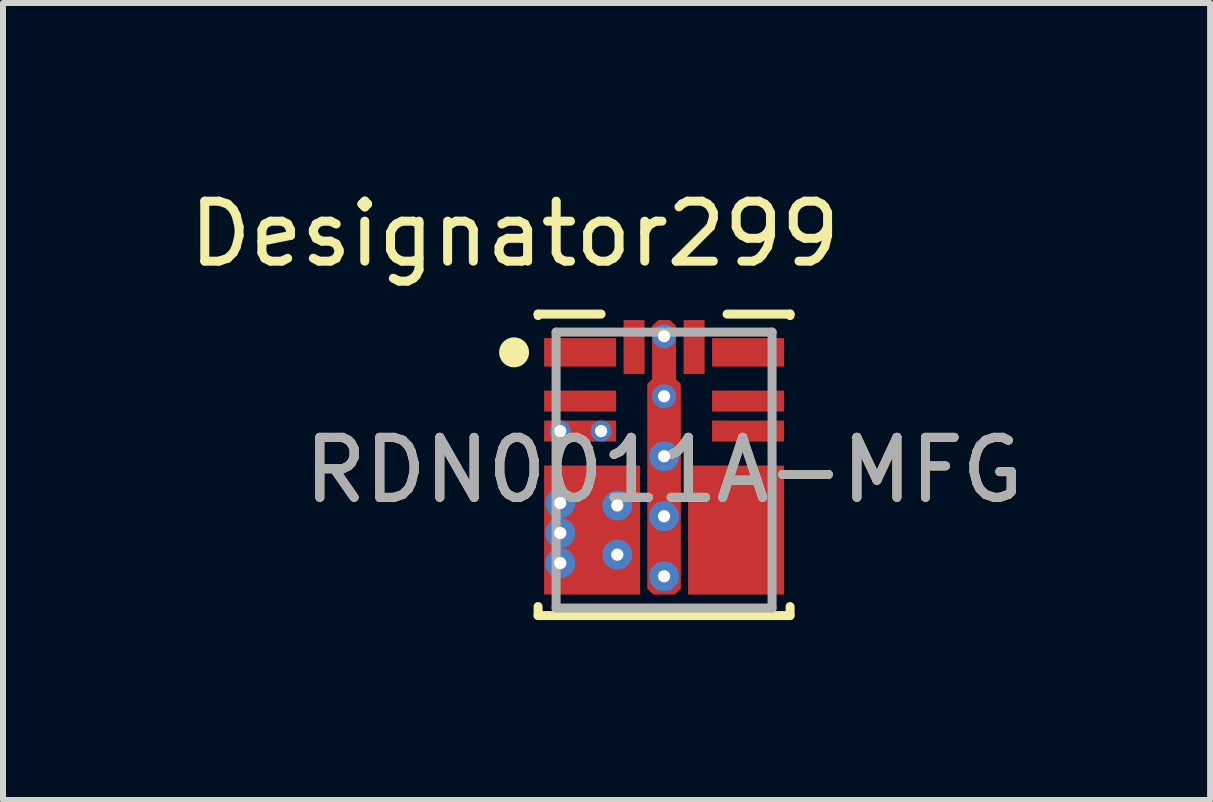
<source format=kicad_pcb>
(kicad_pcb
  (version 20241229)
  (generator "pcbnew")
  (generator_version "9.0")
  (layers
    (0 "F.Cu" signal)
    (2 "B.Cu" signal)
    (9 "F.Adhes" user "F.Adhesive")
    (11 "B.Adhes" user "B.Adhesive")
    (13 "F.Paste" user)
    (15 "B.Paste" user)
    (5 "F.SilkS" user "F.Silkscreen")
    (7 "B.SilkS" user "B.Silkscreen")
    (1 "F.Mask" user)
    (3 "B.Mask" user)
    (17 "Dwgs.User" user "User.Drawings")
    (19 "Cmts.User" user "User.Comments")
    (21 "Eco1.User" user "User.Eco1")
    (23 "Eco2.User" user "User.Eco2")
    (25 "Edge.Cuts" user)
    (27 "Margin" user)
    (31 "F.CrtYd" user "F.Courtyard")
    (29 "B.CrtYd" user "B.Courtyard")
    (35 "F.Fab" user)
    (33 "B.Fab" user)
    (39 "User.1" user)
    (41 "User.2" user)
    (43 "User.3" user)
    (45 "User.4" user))
  (footprint "RDN0011A-MFG"
    (layer "F.Cu")
    (at 8.019 4.785)
    (property "Reference" "RDN0011A-MFG" (at 0 0 0) (unlocked yes) (layer "F.SilkS") (effects (font (size 1 1) (thickness 0.15))))
    (attr through_hole)
    (fp_poly (pts (xy -0.2 -2.4) (xy -0.1 -2.5) (xy 0.1 -2.5) (xy 0.2 -2.4) (xy 0.2 -1.515) (xy 0.24 -1.475) (xy 0.24 -1.475) (xy 0.28 -1.435) (xy 0.28 1.975) (xy 0.18 2.075) (xy -0.18 2.075) (xy -0.28 1.975) (xy -0.28 -1.435) (xy -0.24 -1.475) (xy -0.24 -1.475) (xy -0.2 -1.515)) (stroke (width 0) (type solid)) (fill yes) (layer "F.Cu"))
    (fp_poly (pts (xy -1.95 -2.099) (xy -1.9 -2.15) (xy -0.9 -2.15) (xy -0.85 -2.099) (xy -0.85 -1.825) (xy -0.9 -1.774) (xy -1.9 -1.774) (xy -1.95 -1.825)) (stroke (width 0) (type solid)) (fill yes) (layer "F.Mask"))
    (fp_poly (pts (xy -1.9 -1.025) (xy -1.95 -1.075) (xy -1.95 -1.225) (xy -1.9 -1.275) (xy -0.9 -1.275) (xy -0.85 -1.225) (xy -0.85 -1.075) (xy -0.9 -1.025)) (stroke (width 0) (type solid)) (fill yes) (layer "F.Mask"))
    (fp_poly (pts (xy -0.9 -0.775) (xy -0.85 -0.725) (xy -0.85 -0.575) (xy -0.9 -0.525) (xy -1.9 -0.525) (xy -1.95 -0.575) (xy -1.95 -0.725) (xy -1.9 -0.775)) (stroke (width 0) (type solid)) (fill yes) (layer "F.Mask"))
    (fp_poly (pts (xy -0.425 -1.65) (xy -0.575 -1.65) (xy -0.625 -1.7) (xy -0.625 -2.4) (xy -0.575 -2.45) (xy -0.425 -2.45) (xy -0.375 -2.4) (xy -0.375 -1.7)) (stroke (width 0) (type solid)) (fill yes) (layer "F.Mask"))
    (fp_poly (pts (xy -0.15 -2.4) (xy -0.1 -2.45) (xy 0.1 -2.45) (xy 0.15 -2.4) (xy 0.15 -0.974) (xy 0.1 -0.924) (xy -0.1 -0.924) (xy -0.15 -0.974)) (stroke (width 0) (type solid)) (fill yes) (layer "F.Mask"))
    (fp_poly (pts (xy 0.575 -1.65) (xy 0.425 -1.65) (xy 0.375 -1.7) (xy 0.375 -2.4) (xy 0.425 -2.45) (xy 0.575 -2.45) (xy 0.625 -2.4) (xy 0.625 -1.7)) (stroke (width 0) (type solid)) (fill yes) (layer "F.Mask"))
    (fp_poly (pts (xy 0.85 -1.075) (xy 0.85 -1.225) (xy 0.9 -1.275) (xy 1.9 -1.275) (xy 1.95 -1.225) (xy 1.95 -1.075) (xy 1.9 -1.025) (xy 0.9 -1.025)) (stroke (width 0) (type solid)) (fill yes) (layer "F.Mask"))
    (fp_poly (pts (xy 0.85 -0.725) (xy 0.9 -0.775) (xy 1.9 -0.775) (xy 1.95 -0.725) (xy 1.95 -0.575) (xy 1.9 -0.525) (xy 0.9 -0.525) (xy 0.85 -0.575)) (stroke (width 0) (type solid)) (fill yes) (layer "F.Mask"))
    (fp_poly (pts (xy 1.95 -2.099) (xy 1.95 -1.825) (xy 1.9 -1.774) (xy 0.9 -1.774) (xy 0.85 -1.825) (xy 0.85 -2.099) (xy 0.9 -2.15) (xy 1.9 -2.15)) (stroke (width 0) (type solid)) (fill yes) (layer "F.Mask"))
    (fp_poly (pts (xy -0.5 2.025) (xy -0.45 1.975) (xy -0.45 0.025) (xy -0.5 -0.025) (xy -1.525 -0.025) (xy -1.575 0.025) (xy -1.575 0.125) (xy -1.625 0.175) (xy -1.9 0.175) (xy -1.95 0.225) (xy -1.95 0.375) (xy -1.9 0.425) (xy -1.625 0.425) (xy -1.575 0.475) (xy -1.575 0.625) (xy -1.625 0.675) (xy -1.9 0.675) (xy -1.95 0.725) (xy -1.95 0.875) (xy -1.9 0.925) (xy -1.625 0.925) (xy -1.575 0.975) (xy -1.575 1.125) (xy -1.625 1.175) (xy -1.9 1.175) (xy -1.95 1.225) (xy -1.95 1.375) (xy -1.9 1.425) (xy -1.625 1.425) (xy -1.575 1.475) (xy -1.575 1.625) (xy -1.625 1.675) (xy -1.9 1.675) (xy -1.95 1.725) (xy -1.95 1.875) (xy -1.9 1.925) (xy -1.625 1.925) (xy -1.575 1.975) (xy -1.575 1.975) (xy -1.525 2.025)) (stroke (width 0) (type solid)) (fill yes) (layer "F.Mask"))
    (fp_poly (pts (xy 0.5 2.025) (xy 0.45 1.975) (xy 0.45 0.025) (xy 0.5 -0.025) (xy 1.525 -0.025) (xy 1.575 0.025) (xy 1.575 0.125) (xy 1.625 0.175) (xy 1.9 0.175) (xy 1.95 0.225) (xy 1.95 0.375) (xy 1.9 0.425) (xy 1.625 0.425) (xy 1.575 0.475) (xy 1.575 0.625) (xy 1.625 0.675) (xy 1.9 0.675) (xy 1.95 0.725) (xy 1.95 0.875) (xy 1.9 0.925) (xy 1.625 0.925) (xy 1.575 0.975) (xy 1.575 1.125) (xy 1.625 1.175) (xy 1.9 1.175) (xy 1.95 1.225) (xy 1.95 1.375) (xy 1.9 1.425) (xy 1.625 1.425) (xy 1.575 1.475) (xy 1.575 1.625) (xy 1.625 1.675) (xy 1.9 1.675) (xy 1.95 1.725) (xy 1.95 1.875) (xy 1.9 1.925) (xy 1.625 1.925) (xy 1.575 1.975) (xy 1.575 1.975) (xy 1.525 2.025)) (stroke (width 0) (type solid)) (fill yes) (layer "F.Mask"))
    (fp_line (start -2.1 -2.6) (end -1.05 -2.6) (stroke (width 0.15) (type solid)) (layer "F.SilkS"))
    (fp_line (start -2.1 -2.575) (end -2.1 -2.6) (stroke (width 0.15) (type solid)) (layer "F.SilkS"))
    (fp_line (start -2.1 2.425) (end -2.1 2.275) (stroke (width 0.15) (type solid)) (layer "F.SilkS"))
    (fp_line (start -2.1 2.425) (end 2.1 2.425) (stroke (width 0.15) (type solid)) (layer "F.SilkS"))
    (fp_line (start 1.05 -2.6) (end 2.1 -2.6) (stroke (width 0.15) (type solid)) (layer "F.SilkS"))
    (fp_line (start 2.1 -2.575) (end 2.1 -2.6) (stroke (width 0.15) (type solid)) (layer "F.SilkS"))
    (fp_line (start 2.1 2.425) (end 2.1 2.275) (stroke (width 0.15) (type solid)) (layer "F.SilkS"))
    (fp_circle (center -2.5 -1.962) (end -2.375 -1.962) (stroke (width 0.25) (type solid)) (fill no) (layer "F.SilkS"))
    (fp_poly (pts (xy -1.95 -2.099) (xy -1.9 -2.15) (xy -0.9 -2.15) (xy -0.85 -2.099) (xy -0.85 -1.825) (xy -0.9 -1.774) (xy -1.9 -1.774) (xy -1.95 -1.825)) (stroke (width 0) (type solid)) (fill yes) (layer "F.Paste"))
    (fp_poly (pts (xy -1.9 -1.025) (xy -1.95 -1.075) (xy -1.95 -1.225) (xy -1.9 -1.275) (xy -0.9 -1.275) (xy -0.85 -1.225) (xy -0.85 -1.075) (xy -0.9 -1.025)) (stroke (width 0) (type solid)) (fill yes) (layer "F.Paste"))
    (fp_poly (pts (xy -1.575 0.225) (xy -1.575 0.375) (xy -1.625 0.425) (xy -1.9 0.425) (xy -1.95 0.375) (xy -1.95 0.225) (xy -1.9 0.175) (xy -1.625 0.175)) (stroke (width 0) (type solid)) (fill yes) (layer "F.Paste"))
    (fp_poly (pts (xy -1.575 0.725) (xy -1.575 0.875) (xy -1.625 0.925) (xy -1.9 0.925) (xy -1.95 0.875) (xy -1.95 0.725) (xy -1.9 0.675) (xy -1.625 0.675)) (stroke (width 0) (type solid)) (fill yes) (layer "F.Paste"))
    (fp_poly (pts (xy -1.575 1.225) (xy -1.575 1.375) (xy -1.625 1.425) (xy -1.9 1.425) (xy -1.95 1.375) (xy -1.95 1.225) (xy -1.9 1.175) (xy -1.625 1.175)) (stroke (width 0) (type solid)) (fill yes) (layer "F.Paste"))
    (fp_poly (pts (xy -1.575 1.725) (xy -1.575 1.875) (xy -1.625 1.925) (xy -1.9 1.925) (xy -1.95 1.875) (xy -1.95 1.725) (xy -1.9 1.675) (xy -1.625 1.675)) (stroke (width 0) (type solid)) (fill yes) (layer "F.Paste"))
    (fp_poly (pts (xy -1.38 0.443) (xy -1.38 0.028) (xy -1.33 -0.022) (xy -0.5 -0.022) (xy -0.45 0.028) (xy -0.45 0.443) (xy -0.5 0.493) (xy -1.33 0.493)) (stroke (width 0) (type solid)) (fill yes) (layer "F.Paste"))
    (fp_poly (pts (xy -1.33 1.31) (xy -1.38 1.26) (xy -1.38 0.74) (xy -1.33 0.69) (xy -0.5 0.69) (xy -0.45 0.74) (xy -0.45 1.26) (xy -0.5 1.31)) (stroke (width 0) (type solid)) (fill yes) (layer "F.Paste"))
    (fp_poly (pts (xy -1.33 1.512) (xy -0.5 1.512) (xy -0.45 1.562) (xy -0.45 1.977) (xy -0.5 2.027) (xy -1.33 2.027) (xy -1.38 1.977) (xy -1.38 1.562)) (stroke (width 0) (type solid)) (fill yes) (layer "F.Paste"))
    (fp_poly (pts (xy -0.9 -0.775) (xy -0.85 -0.725) (xy -0.85 -0.575) (xy -0.9 -0.525) (xy -1.9 -0.525) (xy -1.95 -0.575) (xy -1.95 -0.725) (xy -1.9 -0.775)) (stroke (width 0) (type solid)) (fill yes) (layer "F.Paste"))
    (fp_poly (pts (xy -0.425 -1.65) (xy -0.575 -1.65) (xy -0.625 -1.7) (xy -0.625 -2.4) (xy -0.575 -2.45) (xy -0.425 -2.45) (xy -0.375 -2.4) (xy -0.375 -1.7)) (stroke (width 0) (type solid)) (fill yes) (layer "F.Paste"))
    (fp_poly (pts (xy -0.15 -2.4) (xy -0.1 -2.45) (xy 0.1 -2.45) (xy 0.15 -2.4) (xy 0.15 -0.974) (xy 0.1 -0.924) (xy -0.1 -0.924) (xy -0.15 -0.974)) (stroke (width 0) (type solid)) (fill yes) (layer "F.Paste"))
    (fp_poly (pts (xy 0.45 1.26) (xy 0.45 0.74) (xy 0.5 0.69) (xy 1.33 0.69) (xy 1.38 0.74) (xy 1.38 1.26) (xy 1.33 1.31) (xy 0.5 1.31)) (stroke (width 0) (type solid)) (fill yes) (layer "F.Paste"))
    (fp_poly (pts (xy 0.575 -1.65) (xy 0.425 -1.65) (xy 0.375 -1.7) (xy 0.375 -2.4) (xy 0.425 -2.45) (xy 0.575 -2.45) (xy 0.625 -2.4) (xy 0.625 -1.7)) (stroke (width 0) (type solid)) (fill yes) (layer "F.Paste"))
    (fp_poly (pts (xy 0.85 -1.075) (xy 0.85 -1.225) (xy 0.9 -1.275) (xy 1.9 -1.275) (xy 1.95 -1.225) (xy 1.95 -1.075) (xy 1.9 -1.025) (xy 0.9 -1.025)) (stroke (width 0) (type solid)) (fill yes) (layer "F.Paste"))
    (fp_poly (pts (xy 0.85 -0.725) (xy 0.9 -0.775) (xy 1.9 -0.775) (xy 1.95 -0.725) (xy 1.95 -0.575) (xy 1.9 -0.525) (xy 0.9 -0.525) (xy 0.85 -0.575)) (stroke (width 0) (type solid)) (fill yes) (layer "F.Paste"))
    (fp_poly (pts (xy 1.33 0.493) (xy 0.5 0.493) (xy 0.45 0.443) (xy 0.45 0.028) (xy 0.5 -0.022) (xy 1.33 -0.022) (xy 1.38 0.028) (xy 1.38 0.443)) (stroke (width 0) (type solid)) (fill yes) (layer "F.Paste"))
    (fp_poly (pts (xy 1.38 1.562) (xy 1.38 1.977) (xy 1.33 2.027) (xy 0.5 2.027) (xy 0.45 1.977) (xy 0.45 1.562) (xy 0.5 1.512) (xy 1.33 1.512)) (stroke (width 0) (type solid)) (fill yes) (layer "F.Paste"))
    (fp_poly (pts (xy 1.95 0.225) (xy 1.95 0.375) (xy 1.9 0.425) (xy 1.625 0.425) (xy 1.575 0.375) (xy 1.575 0.225) (xy 1.625 0.175) (xy 1.9 0.175)) (stroke (width 0) (type solid)) (fill yes) (layer "F.Paste"))
    (fp_poly (pts (xy 1.95 0.725) (xy 1.95 0.875) (xy 1.9 0.925) (xy 1.625 0.925) (xy 1.575 0.875) (xy 1.575 0.725) (xy 1.625 0.675) (xy 1.9 0.675)) (stroke (width 0) (type solid)) (fill yes) (layer "F.Paste"))
    (fp_poly (pts (xy 1.95 1.225) (xy 1.95 1.375) (xy 1.9 1.425) (xy 1.625 1.425) (xy 1.575 1.375) (xy 1.575 1.225) (xy 1.625 1.175) (xy 1.9 1.175)) (stroke (width 0) (type solid)) (fill yes) (layer "F.Paste"))
    (fp_poly (pts (xy 1.95 1.725) (xy 1.95 1.875) (xy 1.9 1.925) (xy 1.625 1.925) (xy 1.575 1.875) (xy 1.575 1.725) (xy 1.625 1.675) (xy 1.9 1.675)) (stroke (width 0) (type solid)) (fill yes) (layer "F.Paste"))
    (fp_poly (pts (xy 1.95 -2.099) (xy 1.95 -1.825) (xy 1.9 -1.774) (xy 0.9 -1.774) (xy 0.85 -1.825) (xy 0.85 -2.099) (xy 0.9 -2.15) (xy 1.9 -2.15)) (stroke (width 0) (type solid)) (fill yes) (layer "F.Paste"))
    (fp_line (start -1.8 -2.3) (end 1.8 -2.3) (stroke (width 0.15) (type solid)) (layer "F.Fab"))
    (fp_line (start -1.8 2.3) (end -1.8 -2.3) (stroke (width 0.15) (type solid)) (layer "F.Fab"))
    (fp_line (start -1.8 2.3) (end 1.8 2.3) (stroke (width 0.15) (type solid)) (layer "F.Fab"))
    (fp_line (start 1.8 2.3) (end 1.8 -2.3) (stroke (width 0.15) (type solid)) (layer "F.Fab"))
    (fp_text user "Designator299" (at -2.489 -3.937 0) (unlocked yes) (layer "F.SilkS") (effects (font (size 1 1) (thickness 0.15))))
    (fp_text user "${REFERENCE}" (at 0 0 0) (unlocked yes) (layer "F.Fab") (effects (font (size 1 1) (thickness 0.15))))
    (pad "1" smd rect (at -1.4 -1.962) (size 1.2 0.475) (layers "F.Cu"))
    (pad "2" smd rect (at -1.4 -1.15) (size 1.2 0.35) (layers "F.Cu"))
    (pad "3" smd rect (at -1.4 -0.65) (size 1.2 0.35) (layers "F.Cu"))
    (pad "4" smd rect (at -1.2 1) (size 1.6 2.15) (layers "F.Cu"))
    (pad "5" smd rect (at 1.2 1) (size 1.6 2.15) (layers "F.Cu"))
    (pad "6" smd rect (at 1.4 -0.65) (size 1.2 0.35) (layers "F.Cu"))
    (pad "7" smd rect (at 1.4 -1.15) (size 1.2 0.35) (layers "F.Cu"))
    (pad "8" smd rect (at 1.4 -1.962) (size 1.2 0.475) (layers "F.Cu"))
    (pad "9" smd rect (at 0.5 -2.05) (size 0.35 0.9) (layers "F.Cu"))
    (pad "10" smd circle (at 0 -1.005) (size 0.504 0.504) (layers "F.Cu"))
    (pad "11" smd rect (at -0.5 -2.05) (size 0.35 0.9) (layers "F.Cu"))
    (pad "12" thru_hole circle (at -1.05 -0.65) (size 0.35 0.35) (drill 0.203) (layers "*.Cu" "*.Mask"))
    (pad "13" thru_hole circle (at -1.73 -0.65) (size 0.35 0.35) (drill 0.203) (layers "*.Cu" "*.Mask"))
    (pad "14" thru_hole circle (at -0.78 1.41) (size 0.5 0.5) (drill 0.203) (layers "*.Cu" "*.Mask"))
    (pad "15" thru_hole circle (at -0.78 0.59) (size 0.5 0.5) (drill 0.203) (layers "*.Cu" "*.Mask"))
    (pad "16" thru_hole circle (at -1.73 1.55) (size 0.5 0.5) (drill 0.203) (layers "*.Cu" "*.Mask"))
    (pad "17" thru_hole circle (at -1.73 1.05) (size 0.5 0.5) (drill 0.203) (layers "*.Cu" "*.Mask"))
    (pad "18" thru_hole circle (at -1.73 0.55) (size 0.5 0.5) (drill 0.203) (layers "*.Cu" "*.Mask"))
    (pad "19" thru_hole circle (at 0 -2.23) (size 0.4 0.4) (drill 0.203) (layers "*.Cu" "*.Mask"))
    (pad "20" thru_hole circle (at 0 -1.23) (size 0.4 0.4) (drill 0.203) (layers "*.Cu" "*.Mask"))
    (pad "21" thru_hole circle (at 0 -0.23) (size 0.5 0.5) (drill 0.203) (layers "*.Cu" "*.Mask"))
    (pad "22" thru_hole circle (at 0 0.77) (size 0.5 0.5) (drill 0.203) (layers "*.Cu" "*.Mask"))
    (pad "23" thru_hole circle (at 0 1.77) (size 0.5 0.5) (drill 0.203) (layers "*.Cu" "*.Mask")))
  (gr_rect
    (start -3 -3)
    (end 17.12 10.285)
    (stroke (width 0.1) (type default))
    (fill no)
    (layer "Edge.Cuts")))
</source>
